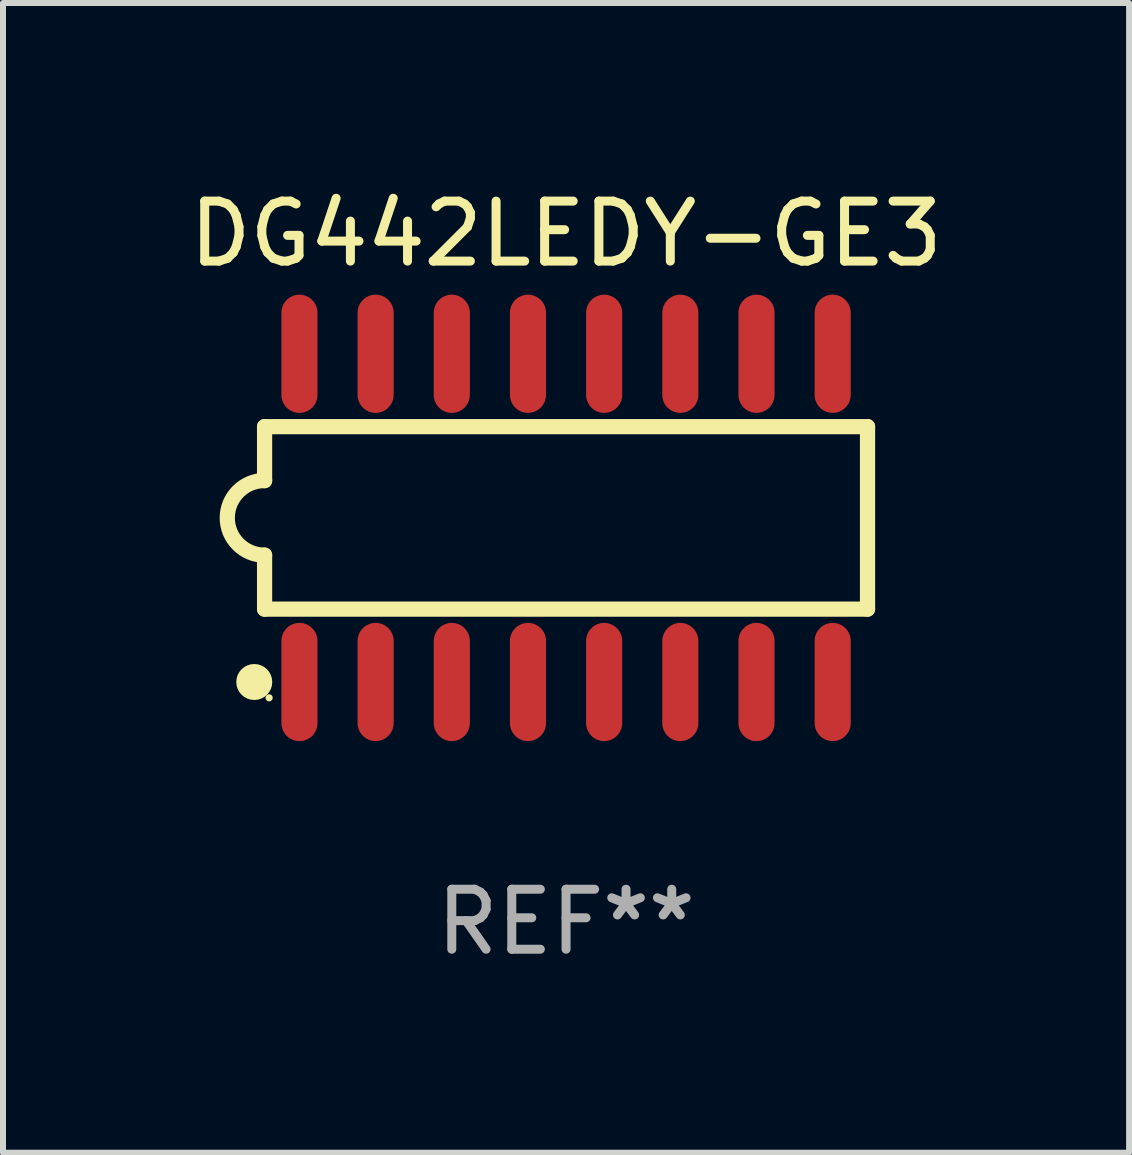
<source format=kicad_pcb>
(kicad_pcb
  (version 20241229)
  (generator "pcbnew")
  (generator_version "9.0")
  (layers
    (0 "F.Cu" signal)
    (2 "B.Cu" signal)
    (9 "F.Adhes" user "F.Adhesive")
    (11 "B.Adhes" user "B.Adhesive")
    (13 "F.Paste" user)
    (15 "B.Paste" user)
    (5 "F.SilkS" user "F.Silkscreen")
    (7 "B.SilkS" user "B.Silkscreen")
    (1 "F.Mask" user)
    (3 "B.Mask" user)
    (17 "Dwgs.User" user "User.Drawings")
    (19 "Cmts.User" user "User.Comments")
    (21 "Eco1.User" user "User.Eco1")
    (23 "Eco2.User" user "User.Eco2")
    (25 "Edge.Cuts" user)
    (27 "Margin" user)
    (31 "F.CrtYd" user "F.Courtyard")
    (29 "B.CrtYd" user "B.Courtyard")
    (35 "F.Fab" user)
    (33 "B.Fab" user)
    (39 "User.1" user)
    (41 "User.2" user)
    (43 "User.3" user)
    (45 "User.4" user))
  (footprint "DG442LEDY-GE3"
    (layer "F.Cu")
    (at 6.387 5.584)
    (property "Reference" "DG442LEDY-GE3" (at 0 -4.736 0) (layer "F.SilkS") (effects (font (size 1 1) (thickness 0.15))))
    (attr through_hole)
    (fp_line (start -5.026 -1.521) (end -5.026 -0.621) (stroke (width 0.254) (type solid)) (layer "F.SilkS"))
    (fp_line (start -5.026 -1.521) (end 5.026 -1.521) (stroke (width 0.254) (type solid)) (layer "F.SilkS"))
    (fp_line (start -5.026 1.521) (end -5.026 0.621) (stroke (width 0.254) (type solid)) (layer "F.SilkS"))
    (fp_line (start 5.026 -1.521) (end 5.026 1.521) (stroke (width 0.254) (type solid)) (layer "F.SilkS"))
    (fp_line (start 5.026 1.521) (end -5.026 1.521) (stroke (width 0.254) (type solid)) (layer "F.SilkS"))
    (fp_arc (start -5.026187 0.621387) (mid -5.647752 -0.000787) (end -5.025781 -0.622555) (stroke (width 0.254001) (type solid)) (layer "F.SilkS"))
    (fp_circle (center -5.198 2.736) (end -5.048 2.736) (stroke (width 0.3) (type solid)) (fill no) (layer "F.SilkS"))
    (fp_circle (center -4.95 3) (end -4.92 3) (stroke (width 0.06) (type solid)) (fill no) (layer "F.SilkS"))
    (fp_text user "REF**" (at 0 6.736 0) (layer "F.Fab") (effects (font (size 1 1) (thickness 0.15))))
    (pad "1" smd oval (at -4.445 2.736) (size 0.602 1.971) (layers "F.Cu" "F.Mask" "F.Paste"))
    (pad "2" smd oval (at -3.175 2.736) (size 0.602 1.971) (layers "F.Cu" "F.Mask" "F.Paste"))
    (pad "3" smd oval (at -1.905 2.736) (size 0.602 1.971) (layers "F.Cu" "F.Mask" "F.Paste"))
    (pad "4" smd oval (at -0.635 2.736) (size 0.602 1.971) (layers "F.Cu" "F.Mask" "F.Paste"))
    (pad "5" smd oval (at 0.635 2.736) (size 0.602 1.971) (layers "F.Cu" "F.Mask" "F.Paste"))
    (pad "6" smd oval (at 1.905 2.736) (size 0.602 1.971) (layers "F.Cu" "F.Mask" "F.Paste"))
    (pad "7" smd oval (at 3.175 2.736) (size 0.602 1.971) (layers "F.Cu" "F.Mask" "F.Paste"))
    (pad "8" smd oval (at 4.445 2.736) (size 0.602 1.971) (layers "F.Cu" "F.Mask" "F.Paste"))
    (pad "9" smd oval (at 4.445 -2.736) (size 0.602 1.971) (layers "F.Cu" "F.Mask" "F.Paste"))
    (pad "10" smd oval (at 3.175 -2.736) (size 0.602 1.971) (layers "F.Cu" "F.Mask" "F.Paste"))
    (pad "11" smd oval (at 1.905 -2.736) (size 0.602 1.971) (layers "F.Cu" "F.Mask" "F.Paste"))
    (pad "12" smd oval (at 0.635 -2.736) (size 0.602 1.971) (layers "F.Cu" "F.Mask" "F.Paste"))
    (pad "13" smd oval (at -0.635 -2.736) (size 0.602 1.971) (layers "F.Cu" "F.Mask" "F.Paste"))
    (pad "14" smd oval (at -1.905 -2.736) (size 0.602 1.971) (layers "F.Cu" "F.Mask" "F.Paste"))
    (pad "15" smd oval (at -3.175 -2.736) (size 0.602 1.971) (layers "F.Cu" "F.Mask" "F.Paste"))
    (pad "16" smd oval (at -4.445 -2.736) (size 0.602 1.971) (layers "F.Cu" "F.Mask" "F.Paste")))
  (gr_rect
    (start -3 -3)
    (end 15.774 16.168)
    (stroke (width 0.1) (type default))
    (fill no)
    (layer "Edge.Cuts")))
</source>
